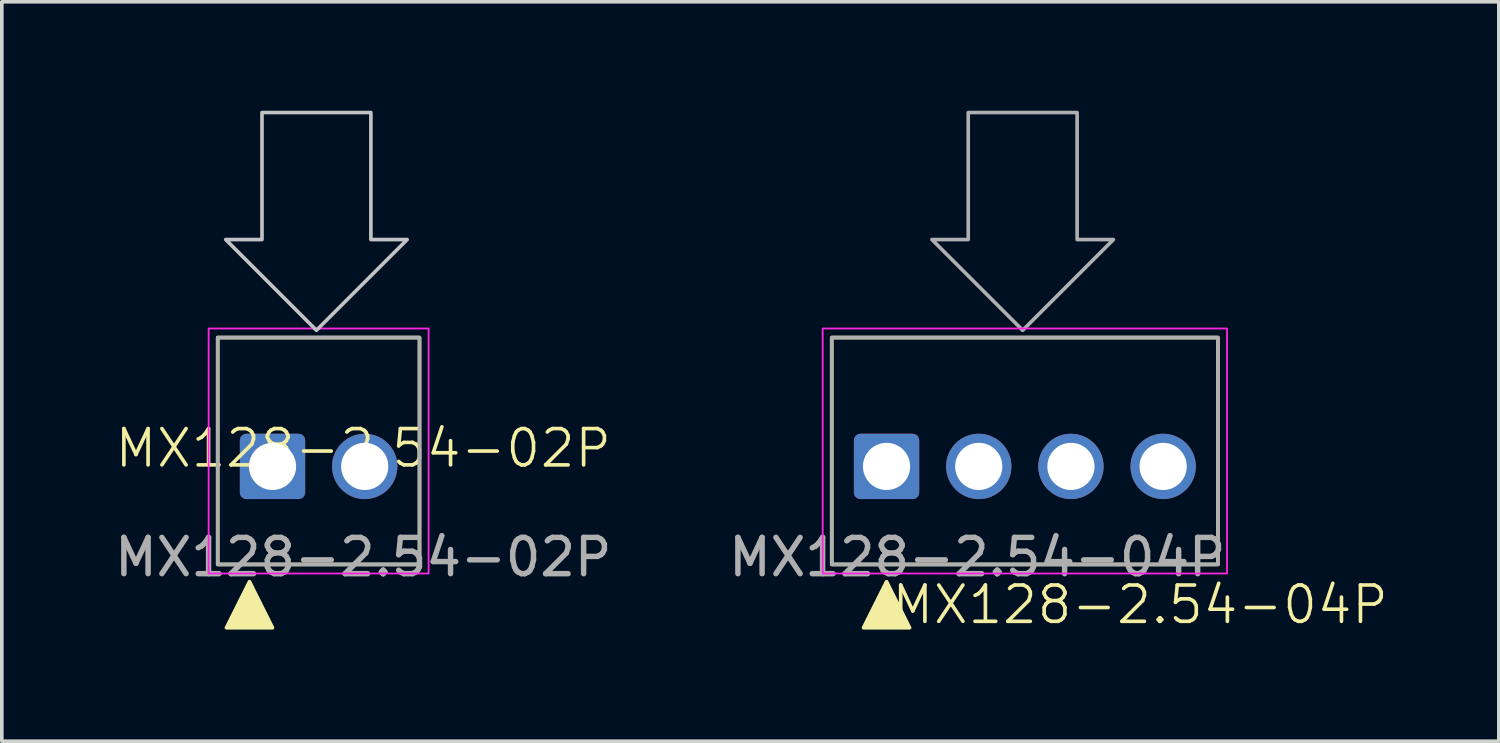
<source format=kicad_pcb>
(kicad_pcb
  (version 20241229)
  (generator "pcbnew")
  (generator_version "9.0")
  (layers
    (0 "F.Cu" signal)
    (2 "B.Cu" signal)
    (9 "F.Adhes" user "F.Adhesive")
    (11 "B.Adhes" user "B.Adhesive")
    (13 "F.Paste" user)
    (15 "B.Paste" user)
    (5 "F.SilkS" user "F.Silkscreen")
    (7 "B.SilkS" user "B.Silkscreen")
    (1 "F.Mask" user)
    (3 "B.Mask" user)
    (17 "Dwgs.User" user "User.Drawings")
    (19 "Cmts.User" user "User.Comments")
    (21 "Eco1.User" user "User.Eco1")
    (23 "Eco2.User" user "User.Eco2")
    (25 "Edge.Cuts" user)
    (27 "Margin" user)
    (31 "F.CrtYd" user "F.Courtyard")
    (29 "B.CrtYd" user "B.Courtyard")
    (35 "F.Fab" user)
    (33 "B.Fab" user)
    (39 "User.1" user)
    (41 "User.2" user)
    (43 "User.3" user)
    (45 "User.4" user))
  (footprint "MX128-2.54-02P"
    (layer "F.Cu")
    (at 4.458 9.8)
    (property "Reference" "MX128-2.54-02P" (at 2.5 -0.5 0) (unlocked yes) (layer "F.SilkS") (effects (font (size 1 1) (thickness 0.1))))
    (attr smd)
    (fp_rect (start -1.51 -3.55) (end 4.05 2.7) (stroke (width 0.1) (type solid)) (fill no) (layer "F.SilkS"))
    (fp_poly (pts (xy -0.635 3.175) (xy -1.27 4.445) (xy 0 4.445)) (stroke (width 0.1) (type solid)) (fill yes) (layer "F.SilkS"))
    (fp_poly (pts (xy 1.21 -3.75) (xy -1.29 -6.25) (xy -0.29 -6.25) (xy -0.29 -9.75) (xy 2.71 -9.75) (xy 2.71 -6.25) (xy 3.71 -6.25)) (stroke (width 0.1) (type solid)) (fill no) (layer "Dwgs.User"))
    (fp_rect (start -1.76 -3.8) (end 4.3 2.95) (stroke (width 0.05) (type solid)) (fill no) (layer "F.CrtYd"))
    (fp_rect (start -1.51 -3.55) (end 4.05 2.7) (stroke (width 0.1) (type solid)) (fill no) (layer "F.Fab"))
    (fp_text user "${REFERENCE}" (at 2.5 2.5 0) (unlocked yes) (layer "F.Fab") (effects (font (size 1 1) (thickness 0.15))))
    (pad "1" thru_hole roundrect (at 0 0) (size 1.8 1.8) (drill 1.3) (layers "*.Cu" "*.Mask") (roundrect_rratio 0.1))
    (pad "2" thru_hole circle (at 2.54 0) (size 1.8 1.8) (drill 1.3) (layers "*.Cu" "*.Mask")))
  (footprint "MX128-2.54-04P"
    (layer "F.Cu")
    (at 21.375 9.8)
    (property "Reference" "MX128-2.54-04P" (at 6.985 3.81 0) (unlocked yes) (layer "F.SilkS") (effects (font (size 1 1) (thickness 0.1))))
    (attr smd)
    (fp_rect (start -1.51 -3.55) (end 9.13 2.7) (stroke (width 0.1) (type solid)) (fill no) (layer "F.SilkS"))
    (fp_poly (pts (xy 0 3.175) (xy -0.635 4.445) (xy 0.635 4.445)) (stroke (width 0.1) (type solid)) (fill yes) (layer "F.SilkS"))
    (fp_rect (start -1.76 -3.8) (end 9.38 2.95) (stroke (width 0.05) (type solid)) (fill no) (layer "F.CrtYd"))
    (fp_rect (start -1.51 -3.55) (end 9.13 2.7) (stroke (width 0.1) (type solid)) (fill no) (layer "F.Fab"))
    (fp_poly (pts (xy 3.75 -3.75) (xy 1.25 -6.25) (xy 2.25 -6.25) (xy 2.25 -9.75) (xy 5.25 -9.75) (xy 5.25 -6.25) (xy 6.25 -6.25)) (stroke (width 0.1) (type solid)) (fill no) (layer "F.Fab"))
    (fp_text user "${REFERENCE}" (at 2.5 2.5 0) (unlocked yes) (layer "F.Fab") (effects (font (size 1 1) (thickness 0.15))))
    (pad "1" thru_hole roundrect (at 0 0) (size 1.8 1.8) (drill 1.3) (layers "*.Cu" "*.Mask") (roundrect_rratio 0.1))
    (pad "2" thru_hole circle (at 2.54 0) (size 1.8 1.8) (drill 1.3) (layers "*.Cu" "*.Mask"))
    (pad "3" thru_hole circle (at 5.08 0) (size 1.8 1.8) (drill 1.3) (layers "*.Cu" "*.Mask"))
    (pad "4" thru_hole circle (at 7.62 0) (size 1.8 1.8) (drill 1.3) (layers "*.Cu" "*.Mask")))
  (gr_rect
    (start -3 -3)
    (end 38.243 17.37)
    (stroke (width 0.1) (type default))
    (fill no)
    (layer "Edge.Cuts")))
</source>
